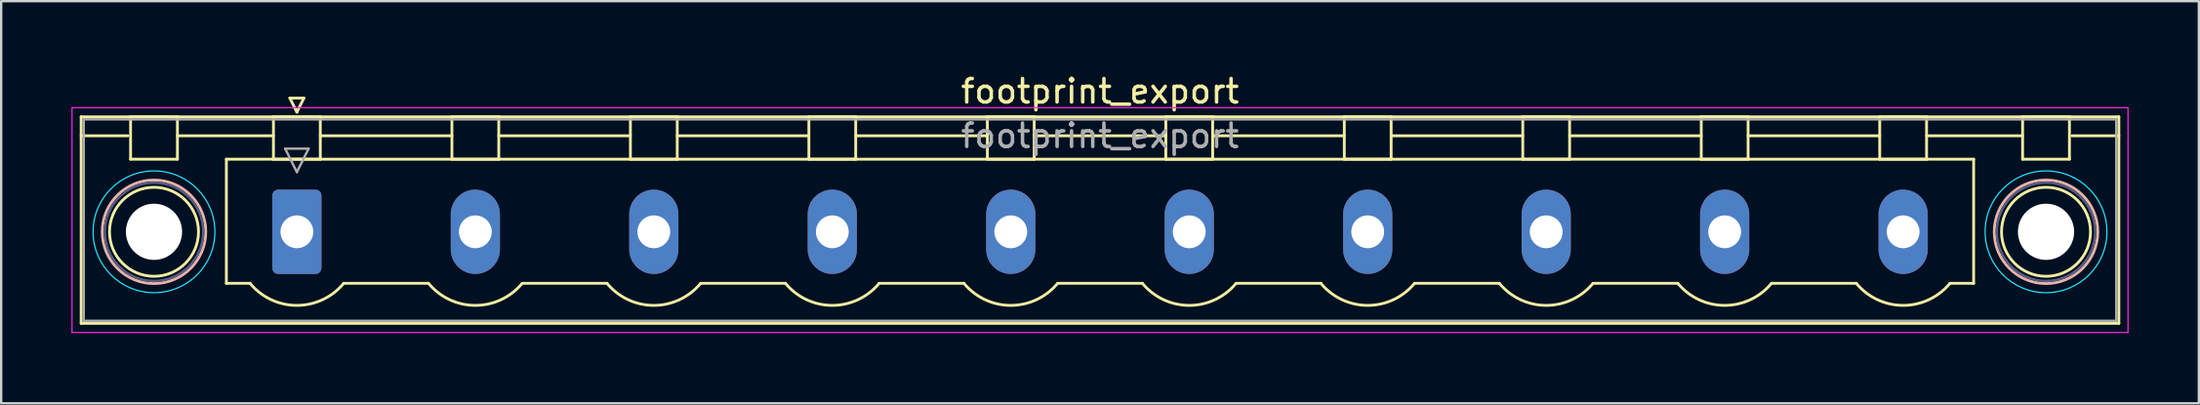
<source format=kicad_pcb>
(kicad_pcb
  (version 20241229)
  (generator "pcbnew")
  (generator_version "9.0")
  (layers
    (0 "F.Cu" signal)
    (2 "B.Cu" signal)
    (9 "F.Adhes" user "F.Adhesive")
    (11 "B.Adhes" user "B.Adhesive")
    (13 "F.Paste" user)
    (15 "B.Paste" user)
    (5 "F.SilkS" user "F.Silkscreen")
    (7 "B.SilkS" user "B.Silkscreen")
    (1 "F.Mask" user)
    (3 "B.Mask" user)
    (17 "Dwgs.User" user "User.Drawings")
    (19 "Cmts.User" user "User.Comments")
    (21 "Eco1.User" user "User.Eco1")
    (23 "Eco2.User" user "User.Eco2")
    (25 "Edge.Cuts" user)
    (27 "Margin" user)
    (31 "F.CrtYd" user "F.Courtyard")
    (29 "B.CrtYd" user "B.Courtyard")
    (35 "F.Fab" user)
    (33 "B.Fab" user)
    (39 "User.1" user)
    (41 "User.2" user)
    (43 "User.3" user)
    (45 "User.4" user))
  (footprint "footprint_export"
    (layer "F.Cu")
    (at 9.625 6.848)
    (property "Reference" "footprint_export" (at 34.29 -6 0) (layer "F.SilkS") (effects (font (size 1 1) (thickness 0.15))))
    (attr through_hole)
    (fp_line (start -9.21 -4.91) (end -9.21 3.91) (stroke (width 0.12) (type solid)) (layer "F.SilkS"))
    (fp_line (start -9.21 -4.1) (end -7.21 -4.1) (stroke (width 0.12) (type solid)) (layer "F.SilkS"))
    (fp_line (start -9.21 3.91) (end 77.79 3.91) (stroke (width 0.12) (type solid)) (layer "F.SilkS"))
    (fp_line (start -7.1 -4.91) (end -5.1 -4.91) (stroke (width 0.12) (type solid)) (layer "F.SilkS"))
    (fp_line (start -7.1 -3.1) (end -7.1 -4.91) (stroke (width 0.12) (type solid)) (layer "F.SilkS"))
    (fp_line (start -5.1 -4.91) (end -5.1 -3.1) (stroke (width 0.12) (type solid)) (layer "F.SilkS"))
    (fp_line (start -5.1 -4.1) (end -1 -4.1) (stroke (width 0.12) (type solid)) (layer "F.SilkS"))
    (fp_line (start -5.1 -3.1) (end -7.1 -3.1) (stroke (width 0.12) (type solid)) (layer "F.SilkS"))
    (fp_line (start -3.01 -3.1) (end 71.59 -3.1) (stroke (width 0.12) (type solid)) (layer "F.SilkS"))
    (fp_line (start -3.01 2.2) (end -3.01 -3.1) (stroke (width 0.12) (type solid)) (layer "F.SilkS"))
    (fp_line (start -2 2.2) (end -3.01 2.2) (stroke (width 0.12) (type solid)) (layer "F.SilkS"))
    (fp_line (start -1 -4.91) (end 1 -4.91) (stroke (width 0.12) (type solid)) (layer "F.SilkS"))
    (fp_line (start -1 -3.1) (end -1 -4.91) (stroke (width 0.12) (type solid)) (layer "F.SilkS"))
    (fp_line (start -0.3 -5.71) (end 0.3 -5.71) (stroke (width 0.12) (type solid)) (layer "F.SilkS"))
    (fp_line (start 0 -5.11) (end -0.3 -5.71) (stroke (width 0.12) (type solid)) (layer "F.SilkS"))
    (fp_line (start 0.3 -5.71) (end 0 -5.11) (stroke (width 0.12) (type solid)) (layer "F.SilkS"))
    (fp_line (start 1 -4.91) (end 1 -3.1) (stroke (width 0.12) (type solid)) (layer "F.SilkS"))
    (fp_line (start 1 -4.1) (end 6.62 -4.1) (stroke (width 0.12) (type solid)) (layer "F.SilkS"))
    (fp_line (start 1 -3.1) (end -1 -3.1) (stroke (width 0.12) (type solid)) (layer "F.SilkS"))
    (fp_line (start 2 2.2) (end 5.62 2.2) (stroke (width 0.12) (type solid)) (layer "F.SilkS"))
    (fp_line (start 6.62 -4.91) (end 8.62 -4.91) (stroke (width 0.12) (type solid)) (layer "F.SilkS"))
    (fp_line (start 6.62 -3.1) (end 6.62 -4.91) (stroke (width 0.12) (type solid)) (layer "F.SilkS"))
    (fp_line (start 8.62 -4.91) (end 8.62 -3.1) (stroke (width 0.12) (type solid)) (layer "F.SilkS"))
    (fp_line (start 8.62 -4.1) (end 14.24 -4.1) (stroke (width 0.12) (type solid)) (layer "F.SilkS"))
    (fp_line (start 8.62 -3.1) (end 6.62 -3.1) (stroke (width 0.12) (type solid)) (layer "F.SilkS"))
    (fp_line (start 9.62 2.2) (end 13.24 2.2) (stroke (width 0.12) (type solid)) (layer "F.SilkS"))
    (fp_line (start 14.24 -4.91) (end 16.24 -4.91) (stroke (width 0.12) (type solid)) (layer "F.SilkS"))
    (fp_line (start 14.24 -3.1) (end 14.24 -4.91) (stroke (width 0.12) (type solid)) (layer "F.SilkS"))
    (fp_line (start 16.24 -4.91) (end 16.24 -3.1) (stroke (width 0.12) (type solid)) (layer "F.SilkS"))
    (fp_line (start 16.24 -4.1) (end 21.86 -4.1) (stroke (width 0.12) (type solid)) (layer "F.SilkS"))
    (fp_line (start 16.24 -3.1) (end 14.24 -3.1) (stroke (width 0.12) (type solid)) (layer "F.SilkS"))
    (fp_line (start 17.24 2.2) (end 20.86 2.2) (stroke (width 0.12) (type solid)) (layer "F.SilkS"))
    (fp_line (start 21.86 -4.91) (end 23.86 -4.91) (stroke (width 0.12) (type solid)) (layer "F.SilkS"))
    (fp_line (start 21.86 -3.1) (end 21.86 -4.91) (stroke (width 0.12) (type solid)) (layer "F.SilkS"))
    (fp_line (start 23.86 -4.91) (end 23.86 -3.1) (stroke (width 0.12) (type solid)) (layer "F.SilkS"))
    (fp_line (start 23.86 -4.1) (end 29.48 -4.1) (stroke (width 0.12) (type solid)) (layer "F.SilkS"))
    (fp_line (start 23.86 -3.1) (end 21.86 -3.1) (stroke (width 0.12) (type solid)) (layer "F.SilkS"))
    (fp_line (start 24.86 2.2) (end 28.48 2.2) (stroke (width 0.12) (type solid)) (layer "F.SilkS"))
    (fp_line (start 29.48 -4.91) (end 31.48 -4.91) (stroke (width 0.12) (type solid)) (layer "F.SilkS"))
    (fp_line (start 29.48 -3.1) (end 29.48 -4.91) (stroke (width 0.12) (type solid)) (layer "F.SilkS"))
    (fp_line (start 31.48 -4.91) (end 31.48 -3.1) (stroke (width 0.12) (type solid)) (layer "F.SilkS"))
    (fp_line (start 31.48 -4.1) (end 37.1 -4.1) (stroke (width 0.12) (type solid)) (layer "F.SilkS"))
    (fp_line (start 31.48 -3.1) (end 29.48 -3.1) (stroke (width 0.12) (type solid)) (layer "F.SilkS"))
    (fp_line (start 32.48 2.2) (end 36.1 2.2) (stroke (width 0.12) (type solid)) (layer "F.SilkS"))
    (fp_line (start 37.1 -4.91) (end 39.1 -4.91) (stroke (width 0.12) (type solid)) (layer "F.SilkS"))
    (fp_line (start 37.1 -3.1) (end 37.1 -4.91) (stroke (width 0.12) (type solid)) (layer "F.SilkS"))
    (fp_line (start 39.1 -4.91) (end 39.1 -3.1) (stroke (width 0.12) (type solid)) (layer "F.SilkS"))
    (fp_line (start 39.1 -4.1) (end 44.72 -4.1) (stroke (width 0.12) (type solid)) (layer "F.SilkS"))
    (fp_line (start 39.1 -3.1) (end 37.1 -3.1) (stroke (width 0.12) (type solid)) (layer "F.SilkS"))
    (fp_line (start 40.1 2.2) (end 43.72 2.2) (stroke (width 0.12) (type solid)) (layer "F.SilkS"))
    (fp_line (start 44.72 -4.91) (end 46.72 -4.91) (stroke (width 0.12) (type solid)) (layer "F.SilkS"))
    (fp_line (start 44.72 -3.1) (end 44.72 -4.91) (stroke (width 0.12) (type solid)) (layer "F.SilkS"))
    (fp_line (start 46.72 -4.91) (end 46.72 -3.1) (stroke (width 0.12) (type solid)) (layer "F.SilkS"))
    (fp_line (start 46.72 -4.1) (end 52.34 -4.1) (stroke (width 0.12) (type solid)) (layer "F.SilkS"))
    (fp_line (start 46.72 -3.1) (end 44.72 -3.1) (stroke (width 0.12) (type solid)) (layer "F.SilkS"))
    (fp_line (start 47.72 2.2) (end 51.34 2.2) (stroke (width 0.12) (type solid)) (layer "F.SilkS"))
    (fp_line (start 52.34 -4.91) (end 54.34 -4.91) (stroke (width 0.12) (type solid)) (layer "F.SilkS"))
    (fp_line (start 52.34 -3.1) (end 52.34 -4.91) (stroke (width 0.12) (type solid)) (layer "F.SilkS"))
    (fp_line (start 54.34 -4.91) (end 54.34 -3.1) (stroke (width 0.12) (type solid)) (layer "F.SilkS"))
    (fp_line (start 54.34 -4.1) (end 59.96 -4.1) (stroke (width 0.12) (type solid)) (layer "F.SilkS"))
    (fp_line (start 54.34 -3.1) (end 52.34 -3.1) (stroke (width 0.12) (type solid)) (layer "F.SilkS"))
    (fp_line (start 55.34 2.2) (end 58.96 2.2) (stroke (width 0.12) (type solid)) (layer "F.SilkS"))
    (fp_line (start 59.96 -4.91) (end 61.96 -4.91) (stroke (width 0.12) (type solid)) (layer "F.SilkS"))
    (fp_line (start 59.96 -3.1) (end 59.96 -4.91) (stroke (width 0.12) (type solid)) (layer "F.SilkS"))
    (fp_line (start 61.96 -4.91) (end 61.96 -3.1) (stroke (width 0.12) (type solid)) (layer "F.SilkS"))
    (fp_line (start 61.96 -4.1) (end 67.58 -4.1) (stroke (width 0.12) (type solid)) (layer "F.SilkS"))
    (fp_line (start 61.96 -3.1) (end 59.96 -3.1) (stroke (width 0.12) (type solid)) (layer "F.SilkS"))
    (fp_line (start 62.96 2.2) (end 66.58 2.2) (stroke (width 0.12) (type solid)) (layer "F.SilkS"))
    (fp_line (start 67.58 -4.91) (end 69.58 -4.91) (stroke (width 0.12) (type solid)) (layer "F.SilkS"))
    (fp_line (start 67.58 -3.1) (end 67.58 -4.91) (stroke (width 0.12) (type solid)) (layer "F.SilkS"))
    (fp_line (start 69.58 -4.91) (end 69.58 -3.1) (stroke (width 0.12) (type solid)) (layer "F.SilkS"))
    (fp_line (start 69.58 -4.1) (end 73.68 -4.1) (stroke (width 0.12) (type solid)) (layer "F.SilkS"))
    (fp_line (start 69.58 -3.1) (end 67.58 -3.1) (stroke (width 0.12) (type solid)) (layer "F.SilkS"))
    (fp_line (start 71.59 -3.1) (end 71.59 2.2) (stroke (width 0.12) (type solid)) (layer "F.SilkS"))
    (fp_line (start 71.59 2.2) (end 70.58 2.2) (stroke (width 0.12) (type solid)) (layer "F.SilkS"))
    (fp_line (start 73.68 -4.91) (end 75.68 -4.91) (stroke (width 0.12) (type solid)) (layer "F.SilkS"))
    (fp_line (start 73.68 -3.1) (end 73.68 -4.91) (stroke (width 0.12) (type solid)) (layer "F.SilkS"))
    (fp_line (start 75.68 -4.91) (end 75.68 -3.1) (stroke (width 0.12) (type solid)) (layer "F.SilkS"))
    (fp_line (start 75.68 -3.1) (end 73.68 -3.1) (stroke (width 0.12) (type solid)) (layer "F.SilkS"))
    (fp_line (start 77.79 -4.91) (end -9.21 -4.91) (stroke (width 0.12) (type solid)) (layer "F.SilkS"))
    (fp_line (start 77.79 -4.1) (end 75.79 -4.1) (stroke (width 0.12) (type solid)) (layer "F.SilkS"))
    (fp_line (start 77.79 3.91) (end 77.79 -4.91) (stroke (width 0.12) (type solid)) (layer "F.SilkS"))
    (fp_arc (start 1.986842 2.215821) (mid -0.010289 3.142758) (end -2 2.2) (stroke (width 0.12) (type solid)) (layer "F.SilkS"))
    (fp_arc (start 9.606842 2.215821) (mid 7.609711 3.142758) (end 5.62 2.2) (stroke (width 0.12) (type solid)) (layer "F.SilkS"))
    (fp_arc (start 17.226842 2.215821) (mid 15.229711 3.142758) (end 13.24 2.2) (stroke (width 0.12) (type solid)) (layer "F.SilkS"))
    (fp_arc (start 24.846842 2.215821) (mid 22.849711 3.142758) (end 20.86 2.2) (stroke (width 0.12) (type solid)) (layer "F.SilkS"))
    (fp_arc (start 32.466842 2.215821) (mid 30.469711 3.142758) (end 28.48 2.2) (stroke (width 0.12) (type solid)) (layer "F.SilkS"))
    (fp_arc (start 40.086842 2.215821) (mid 38.089711 3.142758) (end 36.1 2.2) (stroke (width 0.12) (type solid)) (layer "F.SilkS"))
    (fp_arc (start 47.706842 2.215821) (mid 45.709711 3.142758) (end 43.72 2.2) (stroke (width 0.12) (type solid)) (layer "F.SilkS"))
    (fp_arc (start 55.326842 2.215821) (mid 53.329711 3.142758) (end 51.34 2.2) (stroke (width 0.12) (type solid)) (layer "F.SilkS"))
    (fp_arc (start 62.946842 2.215821) (mid 60.949711 3.142758) (end 58.96 2.2) (stroke (width 0.12) (type solid)) (layer "F.SilkS"))
    (fp_arc (start 70.566842 2.215821) (mid 68.569711 3.142758) (end 66.58 2.2) (stroke (width 0.12) (type solid)) (layer "F.SilkS"))
    (fp_circle (center -6.1 0) (end -4.2 0) (stroke (width 0.12) (type solid)) (fill no) (layer "F.SilkS"))
    (fp_circle (center 74.68 0) (end 76.58 0) (stroke (width 0.12) (type solid)) (fill no) (layer "F.SilkS"))
    (fp_circle (center -6.1 0) (end -3.89 0) (stroke (width 0.12) (type solid)) (fill no) (layer "B.SilkS"))
    (fp_circle (center 74.68 0) (end 76.89 0) (stroke (width 0.12) (type solid)) (fill no) (layer "B.SilkS"))
    (fp_circle (center -6.1 0) (end -3.5 0) (stroke (width 0.05) (type solid)) (fill no) (layer "B.CrtYd"))
    (fp_circle (center 74.68 0) (end 77.28 0) (stroke (width 0.05) (type solid)) (fill no) (layer "B.CrtYd"))
    (fp_line (start -9.6 -5.3) (end -9.6 4.3) (stroke (width 0.05) (type solid)) (layer "F.CrtYd"))
    (fp_line (start -9.6 4.3) (end 78.18 4.3) (stroke (width 0.05) (type solid)) (layer "F.CrtYd"))
    (fp_line (start 78.18 -5.3) (end -9.6 -5.3) (stroke (width 0.05) (type solid)) (layer "F.CrtYd"))
    (fp_line (start 78.18 4.3) (end 78.18 -5.3) (stroke (width 0.05) (type solid)) (layer "F.CrtYd"))
    (fp_circle (center -6.1 0) (end -4 0) (stroke (width 0.1) (type solid)) (fill no) (layer "B.Fab"))
    (fp_circle (center 74.68 0) (end 76.78 0) (stroke (width 0.1) (type solid)) (fill no) (layer "B.Fab"))
    (fp_line (start -9.1 -4.8) (end -9.1 3.8) (stroke (width 0.1) (type solid)) (layer "F.Fab"))
    (fp_line (start -9.1 3.8) (end 77.68 3.8) (stroke (width 0.1) (type solid)) (layer "F.Fab"))
    (fp_line (start -0.5 -3.55) (end 0.5 -3.55) (stroke (width 0.1) (type solid)) (layer "F.Fab"))
    (fp_line (start 0 -2.55) (end -0.5 -3.55) (stroke (width 0.1) (type solid)) (layer "F.Fab"))
    (fp_line (start 0.5 -3.55) (end 0 -2.55) (stroke (width 0.1) (type solid)) (layer "F.Fab"))
    (fp_line (start 77.68 -4.8) (end -9.1 -4.8) (stroke (width 0.1) (type solid)) (layer "F.Fab"))
    (fp_line (start 77.68 3.8) (end 77.68 -4.8) (stroke (width 0.1) (type solid)) (layer "F.Fab"))
    (fp_text user "${REFERENCE}" (at 34.29 -4.1 0) (layer "F.Fab") (effects (font (size 1 1) (thickness 0.15))))
    (pad "" np_thru_hole circle (at -6.1 0) (size 2.4 2.4) (drill 2.4) (layers "*.Cu" "*.Mask"))
    (pad "" np_thru_hole circle (at 74.68 0) (size 2.4 2.4) (drill 2.4) (layers "*.Cu" "*.Mask"))
    (pad "1" thru_hole roundrect (at 0 0) (size 2.1 3.6) (drill 1.4) (layers "*.Cu" "*.Mask") (roundrect_rratio 0.119))
    (pad "2" thru_hole oval (at 7.62 0) (size 2.1 3.6) (drill 1.4) (layers "*.Cu" "*.Mask"))
    (pad "3" thru_hole oval (at 15.24 0) (size 2.1 3.6) (drill 1.4) (layers "*.Cu" "*.Mask"))
    (pad "4" thru_hole oval (at 22.86 0) (size 2.1 3.6) (drill 1.4) (layers "*.Cu" "*.Mask"))
    (pad "5" thru_hole oval (at 30.48 0) (size 2.1 3.6) (drill 1.4) (layers "*.Cu" "*.Mask"))
    (pad "6" thru_hole oval (at 38.1 0) (size 2.1 3.6) (drill 1.4) (layers "*.Cu" "*.Mask"))
    (pad "7" thru_hole oval (at 45.72 0) (size 2.1 3.6) (drill 1.4) (layers "*.Cu" "*.Mask"))
    (pad "8" thru_hole oval (at 53.34 0) (size 2.1 3.6) (drill 1.4) (layers "*.Cu" "*.Mask"))
    (pad "9" thru_hole oval (at 60.96 0) (size 2.1 3.6) (drill 1.4) (layers "*.Cu" "*.Mask"))
    (pad "10" thru_hole oval (at 68.58 0) (size 2.1 3.6) (drill 1.4) (layers "*.Cu" "*.Mask")))
  (gr_rect
    (start -3 -3)
    (end 90.83 14.173)
    (stroke (width 0.1) (type default))
    (fill no)
    (layer "Edge.Cuts")))
</source>
